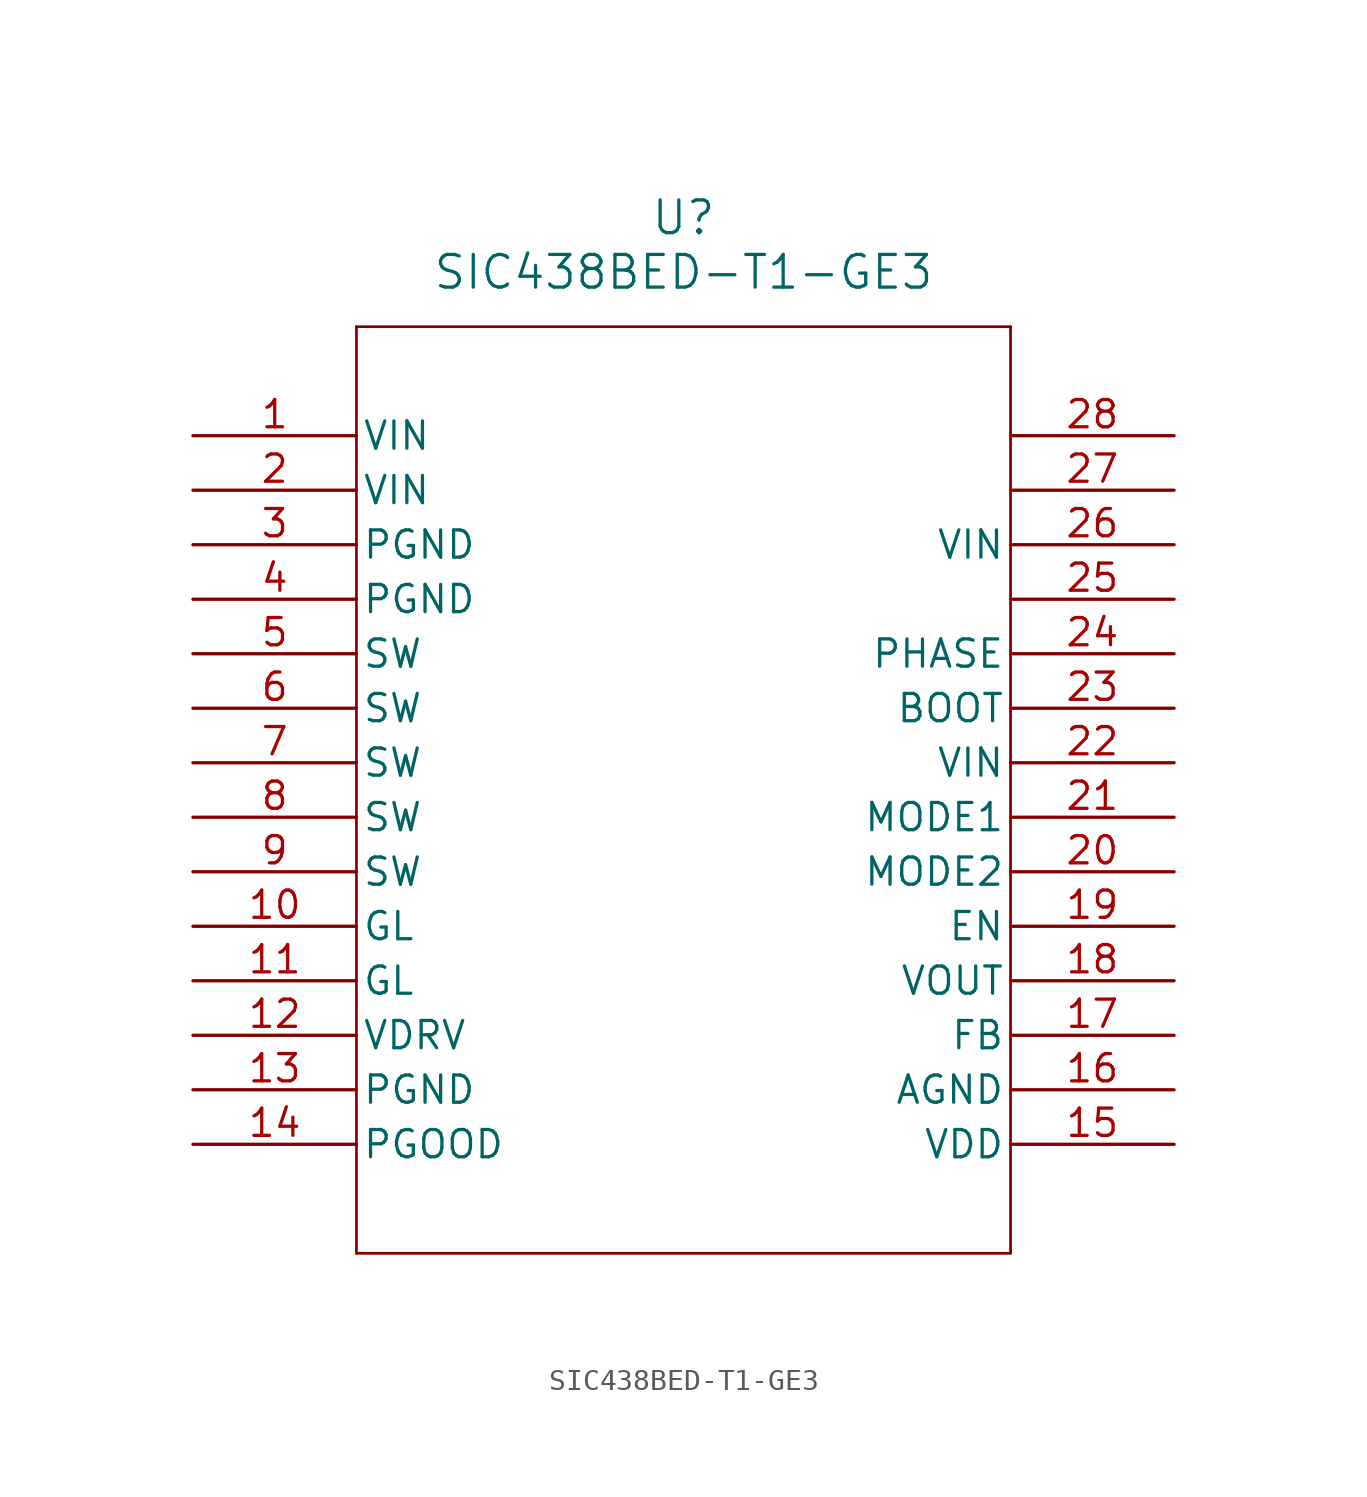
<source format=kicad_sym>
(kicad_symbol_lib
  (version 20211014)
  (generator kicad_symbol_editor)
  (symbol "SIC438BED-T1-GE3"
    (pin_names
      (offset 0.254))
    (property "Reference" "U"
      (at 22.86 10.16 0)
      (effects (font (size 1.524 1.524))))
    (property "Value" "SIC438BED-T1-GE3"
      (at 22.86 7.62 0)
      (effects (font (size 1.524 1.524))))
    (symbol "SIC438BED-T1-GE3_0_1"
      (polyline (pts (xy 7.62 5.08) (xy 7.62 -38.1)) (stroke (width 0.127) (type default) (color 0 0 0 0)) (fill (type none)))
      (polyline (pts (xy 7.62 -38.1) (xy 38.1 -38.1)) (stroke (width 0.127) (type default) (color 0 0 0 0)) (fill (type none)))
      (polyline (pts (xy 38.1 -38.1) (xy 38.1 5.08)) (stroke (width 0.127) (type default) (color 0 0 0 0)) (fill (type none)))
      (polyline (pts (xy 38.1 5.08) (xy 7.62 5.08)) (stroke (width 0.127) (type default) (color 0 0 0 0)) (fill (type none)))
      (pin unspecified line (at 0 0 0) (length 7.62) (name "VIN" (effects (font (size 1.27 1.27)))) (number "1" (effects (font (size 1.27 1.27)))))
      (pin unspecified line (at 0 -2.54 0) (length 7.62) (name "VIN" (effects (font (size 1.27 1.27)))) (number "2" (effects (font (size 1.27 1.27)))))
      (pin power_out line (at 0 -5.08 0) (length 7.62) (name "PGND" (effects (font (size 1.27 1.27)))) (number "3" (effects (font (size 1.27 1.27)))))
      (pin power_out line (at 0 -7.62 0) (length 7.62) (name "PGND" (effects (font (size 1.27 1.27)))) (number "4" (effects (font (size 1.27 1.27)))))
      (pin unspecified line (at 0 -10.16 0) (length 7.62) (name "SW" (effects (font (size 1.27 1.27)))) (number "5" (effects (font (size 1.27 1.27)))))
      (pin unspecified line (at 0 -12.7 0) (length 7.62) (name "SW" (effects (font (size 1.27 1.27)))) (number "6" (effects (font (size 1.27 1.27)))))
      (pin unspecified line (at 0 -15.24 0) (length 7.62) (name "SW" (effects (font (size 1.27 1.27)))) (number "7" (effects (font (size 1.27 1.27)))))
      (pin unspecified line (at 0 -17.78 0) (length 7.62) (name "SW" (effects (font (size 1.27 1.27)))) (number "8" (effects (font (size 1.27 1.27)))))
      (pin unspecified line (at 0 -20.32 0) (length 7.62) (name "SW" (effects (font (size 1.27 1.27)))) (number "9" (effects (font (size 1.27 1.27)))))
      (pin unspecified line (at 0 -22.86 0) (length 7.62) (name "GL" (effects (font (size 1.27 1.27)))) (number "10" (effects (font (size 1.27 1.27)))))
      (pin unspecified line (at 0 -25.4 0) (length 7.62) (name "GL" (effects (font (size 1.27 1.27)))) (number "11" (effects (font (size 1.27 1.27)))))
      (pin unspecified line (at 0 -27.94 0) (length 7.62) (name "VDRV" (effects (font (size 1.27 1.27)))) (number "12" (effects (font (size 1.27 1.27)))))
      (pin power_out line (at 0 -30.48 0) (length 7.62) (name "PGND" (effects (font (size 1.27 1.27)))) (number "13" (effects (font (size 1.27 1.27)))))
      (pin power_in line (at 0 -33.02 0) (length 7.62) (name "PGOOD" (effects (font (size 1.27 1.27)))) (number "14" (effects (font (size 1.27 1.27)))))
      (pin power_in line (at 45.72 -33.02 180) (length 7.62) (name "VDD" (effects (font (size 1.27 1.27)))) (number "15" (effects (font (size 1.27 1.27)))))
      (pin power_out line (at 45.72 -30.48 180) (length 7.62) (name "AGND" (effects (font (size 1.27 1.27)))) (number "16" (effects (font (size 1.27 1.27)))))
      (pin unspecified line (at 45.72 -27.94 180) (length 7.62) (name "FB" (effects (font (size 1.27 1.27)))) (number "17" (effects (font (size 1.27 1.27)))))
      (pin output line (at 45.72 -25.4 180) (length 7.62) (name "VOUT" (effects (font (size 1.27 1.27)))) (number "18" (effects (font (size 1.27 1.27)))))
      (pin unspecified line (at 45.72 -22.86 180) (length 7.62) (name "EN" (effects (font (size 1.27 1.27)))) (number "19" (effects (font (size 1.27 1.27)))))
      (pin bidirectional line (at 45.72 -20.32 180) (length 7.62) (name "MODE2" (effects (font (size 1.27 1.27)))) (number "20" (effects (font (size 1.27 1.27)))))
      (pin bidirectional line (at 45.72 -17.78 180) (length 7.62) (name "MODE1" (effects (font (size 1.27 1.27)))) (number "21" (effects (font (size 1.27 1.27)))))
      (pin unspecified line (at 45.72 -15.24 180) (length 7.62) (name "VIN" (effects (font (size 1.27 1.27)))) (number "22" (effects (font (size 1.27 1.27)))))
      (pin unspecified line (at 45.72 -12.7 180) (length 7.62) (name "BOOT" (effects (font (size 1.27 1.27)))) (number "23" (effects (font (size 1.27 1.27)))))
      (pin unspecified line (at 45.72 -10.16 180) (length 7.62) (name "PHASE" (effects (font (size 1.27 1.27)))) (number "24" (effects (font (size 1.27 1.27)))))
      (pin power_out line (at 45.72 -7.62 180) (length 7.62) (name "" (effects (font (size 1.27 1.27)))) (number "25" (effects (font (size 1.27 1.27)))))
      (pin unspecified line (at 45.72 -5.08 180) (length 7.62) (name "VIN" (effects (font (size 1.27 1.27)))) (number "26" (effects (font (size 1.27 1.27)))))
      (pin power_out line (at 45.72 -2.54 180) (length 7.62) (name "" (effects (font (size 1.27 1.27)))) (number "27" (effects (font (size 1.27 1.27)))))
      (pin unspecified line (at 45.72 0 180) (length 7.62) (name "" (effects (font (size 1.27 1.27)))) (number "28" (effects (font (size 1.27 1.27))))))))
</source>
